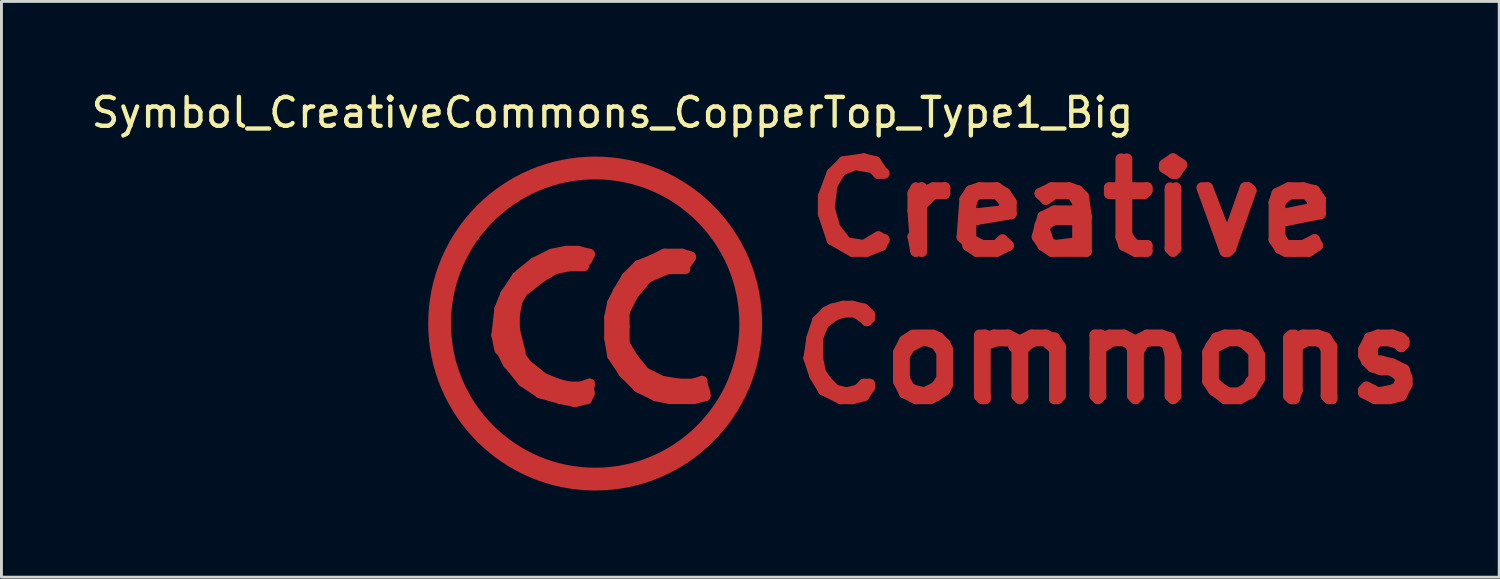
<source format=kicad_pcb>
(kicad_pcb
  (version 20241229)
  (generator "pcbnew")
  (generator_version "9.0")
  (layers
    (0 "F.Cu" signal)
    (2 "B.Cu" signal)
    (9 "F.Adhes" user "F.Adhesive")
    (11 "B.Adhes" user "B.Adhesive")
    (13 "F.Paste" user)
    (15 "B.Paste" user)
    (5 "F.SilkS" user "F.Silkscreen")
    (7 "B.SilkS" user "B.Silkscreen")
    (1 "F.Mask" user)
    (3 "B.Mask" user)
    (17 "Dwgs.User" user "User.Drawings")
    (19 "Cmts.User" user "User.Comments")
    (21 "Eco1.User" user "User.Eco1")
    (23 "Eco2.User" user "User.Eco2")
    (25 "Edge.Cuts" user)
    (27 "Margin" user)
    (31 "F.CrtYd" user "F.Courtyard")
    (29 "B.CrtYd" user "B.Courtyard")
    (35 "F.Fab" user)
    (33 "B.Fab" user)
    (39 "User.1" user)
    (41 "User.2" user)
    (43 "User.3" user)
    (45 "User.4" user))
  (footprint "Symbol_CreativeCommons_CopperTop_Type1_Big"
    (layer "F.Cu")
    (at 17.549 8.148)
    (property "Reference" "Symbol_CreativeCommons_CopperTop_Type1_Big" (at 0.599 -7.3 0) (layer "F.SilkS") (effects (font (size 1 1) (thickness 0.15))))
    (attr through_hole)
    (fp_line (start -5.4 0.099) (end -5.199 1.3) (stroke (width 0.381) (type solid)) (layer "F.Cu"))
    (fp_line (start -5.301 -1.1) (end -5.4 0.099) (stroke (width 0.381) (type solid)) (layer "F.Cu"))
    (fp_line (start -5.199 1.3) (end -4.801 2.4) (stroke (width 0.381) (type solid)) (layer "F.Cu"))
    (fp_line (start -5.001 -2.101) (end -5.301 -1.1) (stroke (width 0.381) (type solid)) (layer "F.Cu"))
    (fp_line (start -4.801 2.4) (end -3.8 3.899) (stroke (width 0.381) (type solid)) (layer "F.Cu"))
    (fp_line (start -4.501 -3) (end -5.001 -2.101) (stroke (width 0.381) (type solid)) (layer "F.Cu"))
    (fp_line (start -4 -3.599) (end -4.501 -3) (stroke (width 0.381) (type solid)) (layer "F.Cu"))
    (fp_line (start -3.8 3.899) (end -2.601 4.801) (stroke (width 0.381) (type solid)) (layer "F.Cu"))
    (fp_line (start -3.401 0.399) (end -3.299 0.899) (stroke (width 0.381) (type solid)) (layer "F.Cu"))
    (fp_line (start -3.299 -4.201) (end -4 -3.599) (stroke (width 0.381) (type solid)) (layer "F.Cu"))
    (fp_line (start -3.299 -0.5) (end -3.401 0.399) (stroke (width 0.381) (type solid)) (layer "F.Cu"))
    (fp_line (start -3.299 -0.3) (end -3.299 0.401) (stroke (width 0.381) (type solid)) (layer "F.Cu"))
    (fp_line (start -3.299 0.401) (end -3.2 1.001) (stroke (width 0.381) (type solid)) (layer "F.Cu"))
    (fp_line (start -3.299 0.8) (end -3 1.4) (stroke (width 0.381) (type solid)) (layer "F.Cu"))
    (fp_line (start -3.099 -1.001) (end -3.299 -0.5) (stroke (width 0.381) (type solid)) (layer "F.Cu"))
    (fp_line (start -3.099 -0.899) (end -3.299 -0.3) (stroke (width 0.381) (type solid)) (layer "F.Cu"))
    (fp_line (start -3.099 0) (end -3 -0.599) (stroke (width 0.381) (type solid)) (layer "F.Cu"))
    (fp_line (start -3 -0.8) (end -2.7 -1.3) (stroke (width 0.381) (type solid)) (layer "F.Cu"))
    (fp_line (start -3 0.701) (end -3.099 0) (stroke (width 0.381) (type solid)) (layer "F.Cu"))
    (fp_line (start -2.997 1.199) (end -2.598 1.199) (stroke (width 0.381) (type solid)) (layer "F.Cu"))
    (fp_line (start -2.898 1.499) (end -2.497 1.999) (stroke (width 0.381) (type solid)) (layer "F.Cu"))
    (fp_line (start -2.799 -0.3) (end -2.799 0.201) (stroke (width 0.381) (type solid)) (layer "F.Cu"))
    (fp_line (start -2.799 0.201) (end -2.598 1.001) (stroke (width 0.381) (type solid)) (layer "F.Cu"))
    (fp_line (start -2.799 1.4) (end -3 0.701) (stroke (width 0.381) (type solid)) (layer "F.Cu"))
    (fp_line (start -2.7 -4.699) (end -3.299 -4.201) (stroke (width 0.381) (type solid)) (layer "F.Cu"))
    (fp_line (start -2.7 -1.6) (end -3.099 -1.001) (stroke (width 0.381) (type solid)) (layer "F.Cu"))
    (fp_line (start -2.7 -1.1) (end -2.2 -1.6) (stroke (width 0.381) (type solid)) (layer "F.Cu"))
    (fp_line (start -2.7 -0.8) (end -2.799 -0.3) (stroke (width 0.381) (type solid)) (layer "F.Cu"))
    (fp_line (start -2.697 1.001) (end -2.398 1.4) (stroke (width 0.381) (type solid)) (layer "F.Cu"))
    (fp_line (start -2.601 4.801) (end -1.3 5.301) (stroke (width 0.381) (type solid)) (layer "F.Cu"))
    (fp_line (start -2.598 -1.6) (end -3.099 -0.899) (stroke (width 0.381) (type solid)) (layer "F.Cu"))
    (fp_line (start -2.499 -1.699) (end -2.7 -1.6) (stroke (width 0.381) (type solid)) (layer "F.Cu"))
    (fp_line (start -2.497 1.999) (end -1.897 2.4) (stroke (width 0.381) (type solid)) (layer "F.Cu"))
    (fp_line (start -2.4 -1.3) (end -2.7 -0.8) (stroke (width 0.381) (type solid)) (layer "F.Cu"))
    (fp_line (start -2.296 1.499) (end -1.796 1.9) (stroke (width 0.381) (type solid)) (layer "F.Cu"))
    (fp_line (start -2.296 1.798) (end -2.797 1.298) (stroke (width 0.381) (type solid)) (layer "F.Cu"))
    (fp_line (start -2.2 -1.699) (end -1.699 -1.999) (stroke (width 0.381) (type solid)) (layer "F.Cu"))
    (fp_line (start -2.101 -2.098) (end -2.598 -1.699) (stroke (width 0.381) (type solid)) (layer "F.Cu"))
    (fp_line (start -1.999 -4.9) (end -2.7 -4.699) (stroke (width 0.381) (type solid)) (layer "F.Cu"))
    (fp_line (start -1.9 -1.598) (end -2.4 -1.199) (stroke (width 0.381) (type solid)) (layer "F.Cu"))
    (fp_line (start -1.897 2.4) (end -1.196 2.598) (stroke (width 0.381) (type solid)) (layer "F.Cu"))
    (fp_line (start -1.796 1.9) (end -1.298 2.098) (stroke (width 0.381) (type solid)) (layer "F.Cu"))
    (fp_line (start -1.699 -1.999) (end -1.199 -2.2) (stroke (width 0.381) (type solid)) (layer "F.Cu"))
    (fp_line (start -1.598 2.299) (end -2.296 1.798) (stroke (width 0.381) (type solid)) (layer "F.Cu"))
    (fp_line (start -1.499 -2.398) (end -2.101 -2.098) (stroke (width 0.381) (type solid)) (layer "F.Cu"))
    (fp_line (start -1.4 -1.897) (end -1.9 -1.598) (stroke (width 0.381) (type solid)) (layer "F.Cu"))
    (fp_line (start -1.3 -5.1) (end -1.999 -4.9) (stroke (width 0.381) (type solid)) (layer "F.Cu"))
    (fp_line (start -1.3 5.301) (end 0.099 5.301) (stroke (width 0.381) (type solid)) (layer "F.Cu"))
    (fp_line (start -1.298 2.098) (end -0.897 2.2) (stroke (width 0.381) (type solid)) (layer "F.Cu"))
    (fp_line (start -1.199 -2.2) (end -0.699 -2.2) (stroke (width 0.381) (type solid)) (layer "F.Cu"))
    (fp_line (start -1.196 2.598) (end -0.696 2.7) (stroke (width 0.381) (type solid)) (layer "F.Cu"))
    (fp_line (start -1.001 -2.499) (end -1.499 -2.398) (stroke (width 0.381) (type solid)) (layer "F.Cu"))
    (fp_line (start -0.899 -1.999) (end -1.4 -1.897) (stroke (width 0.381) (type solid)) (layer "F.Cu"))
    (fp_line (start -0.897 2.2) (end -0.498 2.2) (stroke (width 0.381) (type solid)) (layer "F.Cu"))
    (fp_line (start -0.897 2.499) (end -1.598 2.299) (stroke (width 0.381) (type solid)) (layer "F.Cu"))
    (fp_line (start -0.701 2.7) (end -0.3 2.601) (stroke (width 0.381) (type solid)) (layer "F.Cu"))
    (fp_line (start -0.699 -2.2) (end -0.3 -2.2) (stroke (width 0.381) (type solid)) (layer "F.Cu"))
    (fp_line (start -0.599 -2.499) (end -1.001 -2.499) (stroke (width 0.381) (type solid)) (layer "F.Cu"))
    (fp_line (start -0.5 -5.4) (end -1.3 -5.1) (stroke (width 0.381) (type solid)) (layer "F.Cu"))
    (fp_line (start -0.498 2.2) (end -0.198 2.098) (stroke (width 0.381) (type solid)) (layer "F.Cu"))
    (fp_line (start -0.399 -1.999) (end -0.899 -1.999) (stroke (width 0.381) (type solid)) (layer "F.Cu"))
    (fp_line (start -0.3 -2.2) (end -0.201 -2.398) (stroke (width 0.381) (type solid)) (layer "F.Cu"))
    (fp_line (start -0.3 2.601) (end -0.201 2.101) (stroke (width 0.381) (type solid)) (layer "F.Cu"))
    (fp_line (start -0.297 2.4) (end -0.897 2.499) (stroke (width 0.381) (type solid)) (layer "F.Cu"))
    (fp_line (start -0.201 -2.398) (end -0.599 -2.499) (stroke (width 0.381) (type solid)) (layer "F.Cu"))
    (fp_line (start -0.198 2.098) (end -0.297 2.4) (stroke (width 0.381) (type solid)) (layer "F.Cu"))
    (fp_line (start -0.198 2.4) (end -0.297 2.598) (stroke (width 0.381) (type solid)) (layer "F.Cu"))
    (fp_line (start 0 -5.4) (end -0.5 -5.4) (stroke (width 0.381) (type solid)) (layer "F.Cu"))
    (fp_line (start 0.099 5.301) (end 1.6 5.199) (stroke (width 0.381) (type solid)) (layer "F.Cu"))
    (fp_line (start 0.503 -0.201) (end 0.503 0.498) (stroke (width 0.381) (type solid)) (layer "F.Cu"))
    (fp_line (start 0.503 0.498) (end 0.602 1.1) (stroke (width 0.381) (type solid)) (layer "F.Cu"))
    (fp_line (start 0.602 -0.701) (end 0.503 -0.201) (stroke (width 0.381) (type solid)) (layer "F.Cu"))
    (fp_line (start 0.602 1.1) (end 1.001 1.699) (stroke (width 0.381) (type solid)) (layer "F.Cu"))
    (fp_line (start 0.701 -0.3) (end 1.001 -1.001) (stroke (width 0.381) (type solid)) (layer "F.Cu"))
    (fp_line (start 0.803 -1.1) (end 0.602 -0.701) (stroke (width 0.381) (type solid)) (layer "F.Cu"))
    (fp_line (start 0.803 0.699) (end 0.701 -0.3) (stroke (width 0.381) (type solid)) (layer "F.Cu"))
    (fp_line (start 1.001 -1.001) (end 1.603 -1.702) (stroke (width 0.381) (type solid)) (layer "F.Cu"))
    (fp_line (start 1.001 -0.401) (end 1.001 0.099) (stroke (width 0.381) (type solid)) (layer "F.Cu"))
    (fp_line (start 1.001 0.099) (end 1.001 0.699) (stroke (width 0.381) (type solid)) (layer "F.Cu"))
    (fp_line (start 1.001 0.699) (end 1.3 1.199) (stroke (width 0.381) (type solid)) (layer "F.Cu"))
    (fp_line (start 1.001 1.699) (end 1.501 2.2) (stroke (width 0.381) (type solid)) (layer "F.Cu"))
    (fp_line (start 1.102 -1.6) (end 0.803 -1.1) (stroke (width 0.381) (type solid)) (layer "F.Cu"))
    (fp_line (start 1.201 1.6) (end 0.803 0.699) (stroke (width 0.381) (type solid)) (layer "F.Cu"))
    (fp_line (start 1.3 -1.001) (end 1.001 -0.401) (stroke (width 0.381) (type solid)) (layer "F.Cu"))
    (fp_line (start 1.3 1.199) (end 1.702 1.699) (stroke (width 0.381) (type solid)) (layer "F.Cu"))
    (fp_line (start 1.4 -5.199) (end 0 -5.301) (stroke (width 0.381) (type solid)) (layer "F.Cu"))
    (fp_line (start 1.501 -2.002) (end 1.102 -1.6) (stroke (width 0.381) (type solid)) (layer "F.Cu"))
    (fp_line (start 1.501 2.2) (end 2.101 2.499) (stroke (width 0.381) (type solid)) (layer "F.Cu"))
    (fp_line (start 1.6 5.199) (end 2.601 4.699) (stroke (width 0.381) (type solid)) (layer "F.Cu"))
    (fp_line (start 1.603 -1.702) (end 2.301 -2.101) (stroke (width 0.381) (type solid)) (layer "F.Cu"))
    (fp_line (start 1.702 1.699) (end 2.301 1.999) (stroke (width 0.381) (type solid)) (layer "F.Cu"))
    (fp_line (start 1.801 -1.6) (end 1.3 -1.001) (stroke (width 0.381) (type solid)) (layer "F.Cu"))
    (fp_line (start 1.801 2.098) (end 1.201 1.6) (stroke (width 0.381) (type solid)) (layer "F.Cu"))
    (fp_line (start 2.002 -2.202) (end 1.501 -2.002) (stroke (width 0.381) (type solid)) (layer "F.Cu"))
    (fp_line (start 2.101 2.499) (end 2.601 2.598) (stroke (width 0.381) (type solid)) (layer "F.Cu"))
    (fp_line (start 2.301 -2.101) (end 3.002 -2.101) (stroke (width 0.381) (type solid)) (layer "F.Cu"))
    (fp_line (start 2.301 1.999) (end 2.901 2.098) (stroke (width 0.381) (type solid)) (layer "F.Cu"))
    (fp_line (start 2.4 -4.801) (end 1.4 -5.199) (stroke (width 0.381) (type solid)) (layer "F.Cu"))
    (fp_line (start 2.403 -2.4) (end 2.002 -2.202) (stroke (width 0.381) (type solid)) (layer "F.Cu"))
    (fp_line (start 2.502 -1.9) (end 1.801 -1.6) (stroke (width 0.381) (type solid)) (layer "F.Cu"))
    (fp_line (start 2.601 2.598) (end 3.002 2.598) (stroke (width 0.381) (type solid)) (layer "F.Cu"))
    (fp_line (start 2.601 4.699) (end 4.201 3.401) (stroke (width 0.381) (type solid)) (layer "F.Cu"))
    (fp_line (start 2.802 2.4) (end 1.801 2.098) (stroke (width 0.381) (type solid)) (layer "F.Cu"))
    (fp_line (start 2.901 2.098) (end 3.401 2.098) (stroke (width 0.381) (type solid)) (layer "F.Cu"))
    (fp_line (start 3 -2.4) (end 3.299 -2.301) (stroke (width 0.381) (type solid)) (layer "F.Cu"))
    (fp_line (start 3.002 -2.4) (end 2.403 -2.4) (stroke (width 0.381) (type solid)) (layer "F.Cu"))
    (fp_line (start 3.002 -2.101) (end 3.101 -1.9) (stroke (width 0.381) (type solid)) (layer "F.Cu"))
    (fp_line (start 3.002 2.598) (end 3.401 2.598) (stroke (width 0.381) (type solid)) (layer "F.Cu"))
    (fp_line (start 3.101 -1.9) (end 2.502 -1.9) (stroke (width 0.381) (type solid)) (layer "F.Cu"))
    (fp_line (start 3.299 -2.301) (end 3.099 -1.999) (stroke (width 0.381) (type solid)) (layer "F.Cu"))
    (fp_line (start 3.401 -4.1) (end 2.4 -4.801) (stroke (width 0.381) (type solid)) (layer "F.Cu"))
    (fp_line (start 3.401 2.098) (end 3.701 1.999) (stroke (width 0.381) (type solid)) (layer "F.Cu"))
    (fp_line (start 3.401 2.598) (end 3.802 2.499) (stroke (width 0.381) (type solid)) (layer "F.Cu"))
    (fp_line (start 3.701 2.101) (end 3.8 2.4) (stroke (width 0.381) (type solid)) (layer "F.Cu"))
    (fp_line (start 3.701 2.299) (end 2.802 2.4) (stroke (width 0.381) (type solid)) (layer "F.Cu"))
    (fp_line (start 3.802 2.499) (end 3.701 2.299) (stroke (width 0.381) (type solid)) (layer "F.Cu"))
    (fp_line (start 4.201 3.401) (end 5.001 1.801) (stroke (width 0.381) (type solid)) (layer "F.Cu"))
    (fp_line (start 4.699 -2.499) (end 3.401 -4.1) (stroke (width 0.381) (type solid)) (layer "F.Cu"))
    (fp_line (start 5.001 1.801) (end 5.4 0.3) (stroke (width 0.381) (type solid)) (layer "F.Cu"))
    (fp_line (start 5.199 -1.4) (end 4.699 -2.499) (stroke (width 0.381) (type solid)) (layer "F.Cu"))
    (fp_line (start 5.4 0.3) (end 5.199 -1.4) (stroke (width 0.381) (type solid)) (layer "F.Cu"))
    (fp_line (start 7.399 1.199) (end 7.6 1.801) (stroke (width 0.381) (type solid)) (layer "F.Cu"))
    (fp_line (start 7.501 0.5) (end 7.399 1.199) (stroke (width 0.381) (type solid)) (layer "F.Cu"))
    (fp_line (start 7.6 1.801) (end 7.899 2.301) (stroke (width 0.381) (type solid)) (layer "F.Cu"))
    (fp_line (start 7.699 -0.099) (end 7.501 0.5) (stroke (width 0.381) (type solid)) (layer "F.Cu"))
    (fp_line (start 7.699 0.5) (end 7.899 0) (stroke (width 0.381) (type solid)) (layer "F.Cu"))
    (fp_line (start 7.699 1.199) (end 7.699 0.5) (stroke (width 0.381) (type solid)) (layer "F.Cu"))
    (fp_line (start 7.8 1.699) (end 7.699 1.199) (stroke (width 0.381) (type solid)) (layer "F.Cu"))
    (fp_line (start 7.899 -4.399) (end 7.899 -3.8) (stroke (width 0.381) (type solid)) (layer "F.Cu"))
    (fp_line (start 7.899 -3.8) (end 8.199 -2.901) (stroke (width 0.381) (type solid)) (layer "F.Cu"))
    (fp_line (start 7.899 0) (end 8.301 -0.3) (stroke (width 0.381) (type solid)) (layer "F.Cu"))
    (fp_line (start 7.899 2.301) (end 8.499 2.601) (stroke (width 0.381) (type solid)) (layer "F.Cu"))
    (fp_line (start 8.001 -0.399) (end 7.699 -0.099) (stroke (width 0.381) (type solid)) (layer "F.Cu"))
    (fp_line (start 8.001 1.999) (end 7.8 1.699) (stroke (width 0.381) (type solid)) (layer "F.Cu"))
    (fp_line (start 8.1 -4) (end 8.199 -4.801) (stroke (width 0.381) (type solid)) (layer "F.Cu"))
    (fp_line (start 8.199 -5.199) (end 7.899 -4.399) (stroke (width 0.381) (type solid)) (layer "F.Cu"))
    (fp_line (start 8.199 -4.801) (end 8.499 -5.301) (stroke (width 0.381) (type solid)) (layer "F.Cu"))
    (fp_line (start 8.199 -2.901) (end 8.9 -2.499) (stroke (width 0.381) (type solid)) (layer "F.Cu"))
    (fp_line (start 8.199 -0.5) (end 8.001 -0.399) (stroke (width 0.381) (type solid)) (layer "F.Cu"))
    (fp_line (start 8.301 -3.299) (end 8.1 -4) (stroke (width 0.381) (type solid)) (layer "F.Cu"))
    (fp_line (start 8.301 -0.3) (end 8.6 -0.399) (stroke (width 0.381) (type solid)) (layer "F.Cu"))
    (fp_line (start 8.301 2.301) (end 8.001 1.999) (stroke (width 0.381) (type solid)) (layer "F.Cu"))
    (fp_line (start 8.499 -5.301) (end 8.999 -5.499) (stroke (width 0.381) (type solid)) (layer "F.Cu"))
    (fp_line (start 8.499 2.601) (end 8.9 2.601) (stroke (width 0.381) (type solid)) (layer "F.Cu"))
    (fp_line (start 8.6 -5.601) (end 8.199 -5.199) (stroke (width 0.381) (type solid)) (layer "F.Cu"))
    (fp_line (start 8.6 -0.599) (end 8.199 -0.5) (stroke (width 0.381) (type solid)) (layer "F.Cu"))
    (fp_line (start 8.6 -0.399) (end 8.999 -0.399) (stroke (width 0.381) (type solid)) (layer "F.Cu"))
    (fp_line (start 8.7 -2.799) (end 8.301 -3.299) (stroke (width 0.381) (type solid)) (layer "F.Cu"))
    (fp_line (start 8.7 2.4) (end 8.301 2.301) (stroke (width 0.381) (type solid)) (layer "F.Cu"))
    (fp_line (start 8.9 -2.499) (end 9.401 -2.499) (stroke (width 0.381) (type solid)) (layer "F.Cu"))
    (fp_line (start 8.9 -0.599) (end 8.6 -0.599) (stroke (width 0.381) (type solid)) (layer "F.Cu"))
    (fp_line (start 8.9 2.601) (end 9.299 2.499) (stroke (width 0.381) (type solid)) (layer "F.Cu"))
    (fp_line (start 8.999 -5.499) (end 9.601 -5.4) (stroke (width 0.381) (type solid)) (layer "F.Cu"))
    (fp_line (start 8.999 -0.399) (end 9.299 -0.201) (stroke (width 0.381) (type solid)) (layer "F.Cu"))
    (fp_line (start 9.101 2.301) (end 8.7 2.4) (stroke (width 0.381) (type solid)) (layer "F.Cu"))
    (fp_line (start 9.299 -5.7) (end 8.6 -5.601) (stroke (width 0.381) (type solid)) (layer "F.Cu"))
    (fp_line (start 9.299 -2.7) (end 8.7 -2.799) (stroke (width 0.381) (type solid)) (layer "F.Cu"))
    (fp_line (start 9.299 -0.5) (end 8.9 -0.599) (stroke (width 0.381) (type solid)) (layer "F.Cu"))
    (fp_line (start 9.299 -0.201) (end 9.401 -0.099) (stroke (width 0.381) (type solid)) (layer "F.Cu"))
    (fp_line (start 9.299 2.101) (end 9.101 2.301) (stroke (width 0.381) (type solid)) (layer "F.Cu"))
    (fp_line (start 9.299 2.499) (end 9.5 2.2) (stroke (width 0.381) (type solid)) (layer "F.Cu"))
    (fp_line (start 9.401 -2.499) (end 9.901 -2.7) (stroke (width 0.381) (type solid)) (layer "F.Cu"))
    (fp_line (start 9.401 -0.099) (end 9.5 -0.201) (stroke (width 0.381) (type solid)) (layer "F.Cu"))
    (fp_line (start 9.5 -0.3) (end 9.299 -0.5) (stroke (width 0.381) (type solid)) (layer "F.Cu"))
    (fp_line (start 9.5 -0.201) (end 9.5 -0.3) (stroke (width 0.381) (type solid)) (layer "F.Cu"))
    (fp_line (start 9.5 2.101) (end 9.299 2.101) (stroke (width 0.381) (type solid)) (layer "F.Cu"))
    (fp_line (start 9.5 2.2) (end 9.5 2.101) (stroke (width 0.381) (type solid)) (layer "F.Cu"))
    (fp_line (start 9.601 -5.4) (end 9.799 -5.199) (stroke (width 0.381) (type solid)) (layer "F.Cu"))
    (fp_line (start 9.7 -5.601) (end 9.299 -5.7) (stroke (width 0.381) (type solid)) (layer "F.Cu"))
    (fp_line (start 9.799 -5.199) (end 10 -5.199) (stroke (width 0.381) (type solid)) (layer "F.Cu"))
    (fp_line (start 9.799 -3) (end 9.299 -2.7) (stroke (width 0.381) (type solid)) (layer "F.Cu"))
    (fp_line (start 9.901 -5.301) (end 9.7 -5.601) (stroke (width 0.381) (type solid)) (layer "F.Cu"))
    (fp_line (start 9.901 -2.7) (end 10 -2.901) (stroke (width 0.381) (type solid)) (layer "F.Cu"))
    (fp_line (start 10 -2.901) (end 9.799 -3) (stroke (width 0.381) (type solid)) (layer "F.Cu"))
    (fp_line (start 10.5 1.001) (end 10.701 0.599) (stroke (width 0.381) (type solid)) (layer "F.Cu"))
    (fp_line (start 10.5 1.999) (end 10.5 1.001) (stroke (width 0.381) (type solid)) (layer "F.Cu"))
    (fp_line (start 10.701 0.599) (end 11.001 0.399) (stroke (width 0.381) (type solid)) (layer "F.Cu"))
    (fp_line (start 10.701 1.1) (end 10.899 0.8) (stroke (width 0.381) (type solid)) (layer "F.Cu"))
    (fp_line (start 10.701 1.9) (end 10.701 1.1) (stroke (width 0.381) (type solid)) (layer "F.Cu"))
    (fp_line (start 10.701 2.101) (end 10.8 2.101) (stroke (width 0.381) (type solid)) (layer "F.Cu"))
    (fp_line (start 10.701 2.4) (end 10.5 1.999) (stroke (width 0.381) (type solid)) (layer "F.Cu"))
    (fp_line (start 10.8 2.101) (end 10.701 1.9) (stroke (width 0.381) (type solid)) (layer "F.Cu"))
    (fp_line (start 10.899 0.8) (end 11.3 0.599) (stroke (width 0.381) (type solid)) (layer "F.Cu"))
    (fp_line (start 11.001 -4.501) (end 11.001 -3.899) (stroke (width 0.381) (type solid)) (layer "F.Cu"))
    (fp_line (start 11.001 -3.899) (end 11.1 -2.499) (stroke (width 0.381) (type solid)) (layer "F.Cu"))
    (fp_line (start 11.001 -3) (end 11.3 -2.499) (stroke (width 0.381) (type solid)) (layer "F.Cu"))
    (fp_line (start 11.001 2.301) (end 10.701 2.101) (stroke (width 0.381) (type solid)) (layer "F.Cu"))
    (fp_line (start 11.1 -4.699) (end 11.001 -4.501) (stroke (width 0.381) (type solid)) (layer "F.Cu"))
    (fp_line (start 11.1 -2.499) (end 11.001 -3) (stroke (width 0.381) (type solid)) (layer "F.Cu"))
    (fp_line (start 11.1 0.399) (end 11.6 0.399) (stroke (width 0.381) (type solid)) (layer "F.Cu"))
    (fp_line (start 11.1 2.601) (end 10.701 2.4) (stroke (width 0.381) (type solid)) (layer "F.Cu"))
    (fp_line (start 11.199 0.5) (end 11.501 0.599) (stroke (width 0.381) (type solid)) (layer "F.Cu"))
    (fp_line (start 11.3 -4.699) (end 11.3 -4.501) (stroke (width 0.381) (type solid)) (layer "F.Cu"))
    (fp_line (start 11.3 -4.501) (end 11.699 -4.699) (stroke (width 0.381) (type solid)) (layer "F.Cu"))
    (fp_line (start 11.3 -2.499) (end 11.3 -4.699) (stroke (width 0.381) (type solid)) (layer "F.Cu"))
    (fp_line (start 11.4 2.4) (end 11.001 2.301) (stroke (width 0.381) (type solid)) (layer "F.Cu"))
    (fp_line (start 11.501 -4.3) (end 11.3 -4.1) (stroke (width 0.381) (type solid)) (layer "F.Cu"))
    (fp_line (start 11.501 0.599) (end 11.801 0.701) (stroke (width 0.381) (type solid)) (layer "F.Cu"))
    (fp_line (start 11.6 2.601) (end 11.1 2.601) (stroke (width 0.381) (type solid)) (layer "F.Cu"))
    (fp_line (start 11.699 -4.699) (end 12.101 -4.699) (stroke (width 0.381) (type solid)) (layer "F.Cu"))
    (fp_line (start 11.699 -4.501) (end 11.501 -4.3) (stroke (width 0.381) (type solid)) (layer "F.Cu"))
    (fp_line (start 11.699 0.399) (end 11.9 0.5) (stroke (width 0.381) (type solid)) (layer "F.Cu"))
    (fp_line (start 11.801 0.701) (end 11.999 1.001) (stroke (width 0.381) (type solid)) (layer "F.Cu"))
    (fp_line (start 11.801 2.2) (end 11.4 2.4) (stroke (width 0.381) (type solid)) (layer "F.Cu"))
    (fp_line (start 11.801 2.499) (end 11.6 2.601) (stroke (width 0.381) (type solid)) (layer "F.Cu"))
    (fp_line (start 11.9 0.5) (end 12.101 0.701) (stroke (width 0.381) (type solid)) (layer "F.Cu"))
    (fp_line (start 11.999 1.001) (end 11.999 1.9) (stroke (width 0.381) (type solid)) (layer "F.Cu"))
    (fp_line (start 11.999 1.9) (end 11.801 2.2) (stroke (width 0.381) (type solid)) (layer "F.Cu"))
    (fp_line (start 12.101 -4.699) (end 12.101 -4.501) (stroke (width 0.381) (type solid)) (layer "F.Cu"))
    (fp_line (start 12.101 -4.501) (end 11.699 -4.501) (stroke (width 0.381) (type solid)) (layer "F.Cu"))
    (fp_line (start 12.101 0.701) (end 12.2 0.899) (stroke (width 0.381) (type solid)) (layer "F.Cu"))
    (fp_line (start 12.101 2.301) (end 11.801 2.499) (stroke (width 0.381) (type solid)) (layer "F.Cu"))
    (fp_line (start 12.2 0.899) (end 12.2 2.101) (stroke (width 0.381) (type solid)) (layer "F.Cu"))
    (fp_line (start 12.2 2.101) (end 12.101 2.301) (stroke (width 0.381) (type solid)) (layer "F.Cu"))
    (fp_line (start 12.7 -3) (end 13 -2.7) (stroke (width 0.381) (type solid)) (layer "F.Cu"))
    (fp_line (start 12.799 -4.3) (end 12.7 -3) (stroke (width 0.381) (type solid)) (layer "F.Cu"))
    (fp_line (start 12.901 -2.7) (end 13.2 -2.499) (stroke (width 0.381) (type solid)) (layer "F.Cu"))
    (fp_line (start 13 -4.6) (end 12.799 -4.3) (stroke (width 0.381) (type solid)) (layer "F.Cu"))
    (fp_line (start 13 -4.1) (end 13.099 -4.399) (stroke (width 0.381) (type solid)) (layer "F.Cu"))
    (fp_line (start 13 -3.401) (end 13 -4.1) (stroke (width 0.381) (type solid)) (layer "F.Cu"))
    (fp_line (start 13 -2.901) (end 13 -3.401) (stroke (width 0.381) (type solid)) (layer "F.Cu"))
    (fp_line (start 13 -2.7) (end 12.901 -2.7) (stroke (width 0.381) (type solid)) (layer "F.Cu"))
    (fp_line (start 13.099 -4.399) (end 13.299 -4.501) (stroke (width 0.381) (type solid)) (layer "F.Cu"))
    (fp_line (start 13.2 -3.8) (end 13.2 -3.599) (stroke (width 0.381) (type solid)) (layer "F.Cu"))
    (fp_line (start 13.2 -3.599) (end 14.399 -3.8) (stroke (width 0.381) (type solid)) (layer "F.Cu"))
    (fp_line (start 13.2 -2.499) (end 13.899 -2.499) (stroke (width 0.381) (type solid)) (layer "F.Cu"))
    (fp_line (start 13.299 -4.699) (end 13 -4.6) (stroke (width 0.381) (type solid)) (layer "F.Cu"))
    (fp_line (start 13.299 -4.501) (end 13.599 -4.501) (stroke (width 0.381) (type solid)) (layer "F.Cu"))
    (fp_line (start 13.299 0.399) (end 13.299 2.499) (stroke (width 0.381) (type solid)) (layer "F.Cu"))
    (fp_line (start 13.299 2.499) (end 13.401 2.601) (stroke (width 0.381) (type solid)) (layer "F.Cu"))
    (fp_line (start 13.401 -2.7) (end 13 -2.901) (stroke (width 0.381) (type solid)) (layer "F.Cu"))
    (fp_line (start 13.401 2.601) (end 13.5 2.601) (stroke (width 0.381) (type solid)) (layer "F.Cu"))
    (fp_line (start 13.5 0.399) (end 13.401 0.399) (stroke (width 0.381) (type solid)) (layer "F.Cu"))
    (fp_line (start 13.5 0.5) (end 13.8 0.399) (stroke (width 0.381) (type solid)) (layer "F.Cu"))
    (fp_line (start 13.5 2.499) (end 13.5 0.399) (stroke (width 0.381) (type solid)) (layer "F.Cu"))
    (fp_line (start 13.5 2.601) (end 13.5 2.499) (stroke (width 0.381) (type solid)) (layer "F.Cu"))
    (fp_line (start 13.599 -4.501) (end 13.899 -4.501) (stroke (width 0.381) (type solid)) (layer "F.Cu"))
    (fp_line (start 13.8 0.399) (end 14.3 0.399) (stroke (width 0.381) (type solid)) (layer "F.Cu"))
    (fp_line (start 13.899 -4.699) (end 13.299 -4.699) (stroke (width 0.381) (type solid)) (layer "F.Cu"))
    (fp_line (start 13.899 -4.501) (end 14.1 -4.3) (stroke (width 0.381) (type solid)) (layer "F.Cu"))
    (fp_line (start 13.899 -2.7) (end 13.401 -2.7) (stroke (width 0.381) (type solid)) (layer "F.Cu"))
    (fp_line (start 13.899 -2.499) (end 14.3 -2.7) (stroke (width 0.381) (type solid)) (layer "F.Cu"))
    (fp_line (start 13.899 0.599) (end 13.599 0.701) (stroke (width 0.381) (type solid)) (layer "F.Cu"))
    (fp_line (start 14.1 -4.3) (end 14.201 -4.1) (stroke (width 0.381) (type solid)) (layer "F.Cu"))
    (fp_line (start 14.1 -3.899) (end 13.2 -3.8) (stroke (width 0.381) (type solid)) (layer "F.Cu"))
    (fp_line (start 14.1 -2.901) (end 13.899 -2.7) (stroke (width 0.381) (type solid)) (layer "F.Cu"))
    (fp_line (start 14.201 -4.501) (end 13.899 -4.699) (stroke (width 0.381) (type solid)) (layer "F.Cu"))
    (fp_line (start 14.201 -4.1) (end 14.1 -3.899) (stroke (width 0.381) (type solid)) (layer "F.Cu"))
    (fp_line (start 14.201 0.599) (end 13.899 0.599) (stroke (width 0.381) (type solid)) (layer "F.Cu"))
    (fp_line (start 14.3 -2.7) (end 14.201 -2.799) (stroke (width 0.381) (type solid)) (layer "F.Cu"))
    (fp_line (start 14.3 0.399) (end 14.699 0.599) (stroke (width 0.381) (type solid)) (layer "F.Cu"))
    (fp_line (start 14.399 -4.201) (end 14.201 -4.501) (stroke (width 0.381) (type solid)) (layer "F.Cu"))
    (fp_line (start 14.399 -3.8) (end 14.399 -4.201) (stroke (width 0.381) (type solid)) (layer "F.Cu"))
    (fp_line (start 14.399 0.599) (end 14.201 0.599) (stroke (width 0.381) (type solid)) (layer "F.Cu"))
    (fp_line (start 14.501 0.8) (end 14.399 0.599) (stroke (width 0.381) (type solid)) (layer "F.Cu"))
    (fp_line (start 14.6 0.8) (end 14.501 0.8) (stroke (width 0.381) (type solid)) (layer "F.Cu"))
    (fp_line (start 14.6 2.499) (end 14.6 0.8) (stroke (width 0.381) (type solid)) (layer "F.Cu"))
    (fp_line (start 14.699 0.599) (end 15.1 0.399) (stroke (width 0.381) (type solid)) (layer "F.Cu"))
    (fp_line (start 14.699 2.601) (end 14.6 2.499) (stroke (width 0.381) (type solid)) (layer "F.Cu"))
    (fp_line (start 14.801 0.899) (end 14.801 2.499) (stroke (width 0.381) (type solid)) (layer "F.Cu"))
    (fp_line (start 14.801 2.499) (end 14.699 2.601) (stroke (width 0.381) (type solid)) (layer "F.Cu"))
    (fp_line (start 15.001 0.701) (end 14.801 0.899) (stroke (width 0.381) (type solid)) (layer "F.Cu"))
    (fp_line (start 15.1 0.399) (end 15.601 0.399) (stroke (width 0.381) (type solid)) (layer "F.Cu"))
    (fp_line (start 15.199 0.599) (end 15.001 0.701) (stroke (width 0.381) (type solid)) (layer "F.Cu"))
    (fp_line (start 15.301 -3) (end 15.4 -3.401) (stroke (width 0.381) (type solid)) (layer "F.Cu"))
    (fp_line (start 15.4 -4.501) (end 15.799 -4.699) (stroke (width 0.381) (type solid)) (layer "F.Cu"))
    (fp_line (start 15.4 -3.401) (end 15.499 -3.701) (stroke (width 0.381) (type solid)) (layer "F.Cu"))
    (fp_line (start 15.499 -3.701) (end 15.9 -3.899) (stroke (width 0.381) (type solid)) (layer "F.Cu"))
    (fp_line (start 15.499 -3.299) (end 15.7 -3.5) (stroke (width 0.381) (type solid)) (layer "F.Cu"))
    (fp_line (start 15.499 -2.7) (end 15.301 -3) (stroke (width 0.381) (type solid)) (layer "F.Cu"))
    (fp_line (start 15.601 -4.3) (end 15.4 -4.501) (stroke (width 0.381) (type solid)) (layer "F.Cu"))
    (fp_line (start 15.601 -3.099) (end 15.499 -3.299) (stroke (width 0.381) (type solid)) (layer "F.Cu"))
    (fp_line (start 15.601 0.399) (end 15.799 0.5) (stroke (width 0.381) (type solid)) (layer "F.Cu"))
    (fp_line (start 15.601 0.599) (end 15.199 0.599) (stroke (width 0.381) (type solid)) (layer "F.Cu"))
    (fp_line (start 15.7 -3.5) (end 15.9 -3.599) (stroke (width 0.381) (type solid)) (layer "F.Cu"))
    (fp_line (start 15.7 -2.799) (end 15.601 -3.099) (stroke (width 0.381) (type solid)) (layer "F.Cu"))
    (fp_line (start 15.7 0.701) (end 15.601 0.599) (stroke (width 0.381) (type solid)) (layer "F.Cu"))
    (fp_line (start 15.799 -4.699) (end 16.401 -4.699) (stroke (width 0.381) (type solid)) (layer "F.Cu"))
    (fp_line (start 15.799 -2.499) (end 15.499 -2.7) (stroke (width 0.381) (type solid)) (layer "F.Cu"))
    (fp_line (start 15.799 0.5) (end 15.9 0.5) (stroke (width 0.381) (type solid)) (layer "F.Cu"))
    (fp_line (start 15.9 -4.501) (end 15.601 -4.3) (stroke (width 0.381) (type solid)) (layer "F.Cu"))
    (fp_line (start 15.9 -3.899) (end 16.701 -3.899) (stroke (width 0.381) (type solid)) (layer "F.Cu"))
    (fp_line (start 15.9 -3.599) (end 16.5 -3.599) (stroke (width 0.381) (type solid)) (layer "F.Cu"))
    (fp_line (start 15.9 -2.7) (end 15.7 -2.799) (stroke (width 0.381) (type solid)) (layer "F.Cu"))
    (fp_line (start 15.9 0.5) (end 16.101 0.8) (stroke (width 0.381) (type solid)) (layer "F.Cu"))
    (fp_line (start 15.9 0.899) (end 15.7 0.701) (stroke (width 0.381) (type solid)) (layer "F.Cu"))
    (fp_line (start 15.9 2.601) (end 15.9 0.899) (stroke (width 0.381) (type solid)) (layer "F.Cu"))
    (fp_line (start 15.999 2.601) (end 15.9 2.601) (stroke (width 0.381) (type solid)) (layer "F.Cu"))
    (fp_line (start 16.101 0.8) (end 16.101 2.499) (stroke (width 0.381) (type solid)) (layer "F.Cu"))
    (fp_line (start 16.101 2.499) (end 15.999 2.601) (stroke (width 0.381) (type solid)) (layer "F.Cu"))
    (fp_line (start 16.401 -4.699) (end 16.701 -4.6) (stroke (width 0.381) (type solid)) (layer "F.Cu"))
    (fp_line (start 16.5 -4.501) (end 15.9 -4.501) (stroke (width 0.381) (type solid)) (layer "F.Cu"))
    (fp_line (start 16.701 -4.6) (end 16.901 -4.399) (stroke (width 0.381) (type solid)) (layer "F.Cu"))
    (fp_line (start 16.701 -4.201) (end 16.5 -4.501) (stroke (width 0.381) (type solid)) (layer "F.Cu"))
    (fp_line (start 16.701 -3.899) (end 16.701 -4.201) (stroke (width 0.381) (type solid)) (layer "F.Cu"))
    (fp_line (start 16.701 -3.599) (end 16.701 -2.799) (stroke (width 0.381) (type solid)) (layer "F.Cu"))
    (fp_line (start 16.701 -2.799) (end 15.9 -2.7) (stroke (width 0.381) (type solid)) (layer "F.Cu"))
    (fp_line (start 16.901 -4.399) (end 17 -3.701) (stroke (width 0.381) (type solid)) (layer "F.Cu"))
    (fp_line (start 17 -3.701) (end 17 -2.499) (stroke (width 0.381) (type solid)) (layer "F.Cu"))
    (fp_line (start 17 -2.499) (end 15.799 -2.499) (stroke (width 0.381) (type solid)) (layer "F.Cu"))
    (fp_line (start 17.3 0.399) (end 17.3 1.199) (stroke (width 0.381) (type solid)) (layer "F.Cu"))
    (fp_line (start 17.3 1.199) (end 17.3 2.499) (stroke (width 0.381) (type solid)) (layer "F.Cu"))
    (fp_line (start 17.3 2.499) (end 17.399 2.601) (stroke (width 0.381) (type solid)) (layer "F.Cu"))
    (fp_line (start 17.399 2.601) (end 17.501 2.499) (stroke (width 0.381) (type solid)) (layer "F.Cu"))
    (fp_line (start 17.501 0.399) (end 17.3 0.399) (stroke (width 0.381) (type solid)) (layer "F.Cu"))
    (fp_line (start 17.501 2.499) (end 17.501 0.399) (stroke (width 0.381) (type solid)) (layer "F.Cu"))
    (fp_line (start 17.6 0.5) (end 17.8 0.399) (stroke (width 0.381) (type solid)) (layer "F.Cu"))
    (fp_line (start 17.8 -4.699) (end 17.8 -4.501) (stroke (width 0.381) (type solid)) (layer "F.Cu"))
    (fp_line (start 17.8 -4.501) (end 18.999 -4.501) (stroke (width 0.381) (type solid)) (layer "F.Cu"))
    (fp_line (start 17.8 0.399) (end 18.301 0.399) (stroke (width 0.381) (type solid)) (layer "F.Cu"))
    (fp_line (start 17.899 0.599) (end 17.6 0.8) (stroke (width 0.381) (type solid)) (layer "F.Cu"))
    (fp_line (start 18.199 -5.7) (end 18.199 -4.9) (stroke (width 0.381) (type solid)) (layer "F.Cu"))
    (fp_line (start 18.199 -4.9) (end 18.199 -3) (stroke (width 0.381) (type solid)) (layer "F.Cu"))
    (fp_line (start 18.199 -4.699) (end 17.8 -4.699) (stroke (width 0.381) (type solid)) (layer "F.Cu"))
    (fp_line (start 18.199 -3) (end 18.301 -2.7) (stroke (width 0.381) (type solid)) (layer "F.Cu"))
    (fp_line (start 18.301 -2.7) (end 18.699 -2.499) (stroke (width 0.381) (type solid)) (layer "F.Cu"))
    (fp_line (start 18.301 0.399) (end 18.699 0.599) (stroke (width 0.381) (type solid)) (layer "F.Cu"))
    (fp_line (start 18.301 0.599) (end 17.899 0.599) (stroke (width 0.381) (type solid)) (layer "F.Cu"))
    (fp_line (start 18.4 -3.099) (end 18.4 -5.7) (stroke (width 0.381) (type solid)) (layer "F.Cu"))
    (fp_line (start 18.499 -2.901) (end 18.4 -3.099) (stroke (width 0.381) (type solid)) (layer "F.Cu"))
    (fp_line (start 18.499 0.701) (end 18.301 0.599) (stroke (width 0.381) (type solid)) (layer "F.Cu"))
    (fp_line (start 18.6 0.899) (end 18.499 0.701) (stroke (width 0.381) (type solid)) (layer "F.Cu"))
    (fp_line (start 18.6 2.499) (end 18.6 0.899) (stroke (width 0.381) (type solid)) (layer "F.Cu"))
    (fp_line (start 18.699 -2.7) (end 18.499 -2.901) (stroke (width 0.381) (type solid)) (layer "F.Cu"))
    (fp_line (start 18.699 -2.499) (end 19.101 -2.499) (stroke (width 0.381) (type solid)) (layer "F.Cu"))
    (fp_line (start 18.699 0.599) (end 19.101 0.399) (stroke (width 0.381) (type solid)) (layer "F.Cu"))
    (fp_line (start 18.699 2.601) (end 18.6 2.499) (stroke (width 0.381) (type solid)) (layer "F.Cu"))
    (fp_line (start 18.801 0.701) (end 18.9 0.8) (stroke (width 0.381) (type solid)) (layer "F.Cu"))
    (fp_line (start 18.801 1.001) (end 18.801 2.499) (stroke (width 0.381) (type solid)) (layer "F.Cu"))
    (fp_line (start 18.801 2.499) (end 18.699 2.601) (stroke (width 0.381) (type solid)) (layer "F.Cu"))
    (fp_line (start 18.9 0.8) (end 18.801 1.001) (stroke (width 0.381) (type solid)) (layer "F.Cu"))
    (fp_line (start 18.999 -4.501) (end 19.101 -4.6) (stroke (width 0.381) (type solid)) (layer "F.Cu"))
    (fp_line (start 19.101 -4.699) (end 18.499 -4.699) (stroke (width 0.381) (type solid)) (layer "F.Cu"))
    (fp_line (start 19.101 -4.6) (end 19.101 -4.699) (stroke (width 0.381) (type solid)) (layer "F.Cu"))
    (fp_line (start 19.101 -2.7) (end 18.699 -2.7) (stroke (width 0.381) (type solid)) (layer "F.Cu"))
    (fp_line (start 19.101 -2.499) (end 19.101 -2.7) (stroke (width 0.381) (type solid)) (layer "F.Cu"))
    (fp_line (start 19.101 0.399) (end 19.601 0.399) (stroke (width 0.381) (type solid)) (layer "F.Cu"))
    (fp_line (start 19.2 0.599) (end 18.801 0.701) (stroke (width 0.381) (type solid)) (layer "F.Cu"))
    (fp_line (start 19.601 0.399) (end 19.901 0.5) (stroke (width 0.381) (type solid)) (layer "F.Cu"))
    (fp_line (start 19.601 0.599) (end 19.2 0.599) (stroke (width 0.381) (type solid)) (layer "F.Cu"))
    (fp_line (start 19.7 -5.499) (end 20 -5.7) (stroke (width 0.381) (type solid)) (layer "F.Cu"))
    (fp_line (start 19.7 -5.4) (end 19.901 -5.4) (stroke (width 0.381) (type solid)) (layer "F.Cu"))
    (fp_line (start 19.799 0.701) (end 19.601 0.599) (stroke (width 0.381) (type solid)) (layer "F.Cu"))
    (fp_line (start 19.901 -4.699) (end 19.901 -4.6) (stroke (width 0.381) (type solid)) (layer "F.Cu"))
    (fp_line (start 19.901 -4.6) (end 19.901 -2.601) (stroke (width 0.381) (type solid)) (layer "F.Cu"))
    (fp_line (start 19.901 -2.601) (end 20 -2.499) (stroke (width 0.381) (type solid)) (layer "F.Cu"))
    (fp_line (start 19.901 0.5) (end 20.099 1.001) (stroke (width 0.381) (type solid)) (layer "F.Cu"))
    (fp_line (start 19.901 1.1) (end 19.799 0.701) (stroke (width 0.381) (type solid)) (layer "F.Cu"))
    (fp_line (start 19.901 2.499) (end 19.901 1.1) (stroke (width 0.381) (type solid)) (layer "F.Cu"))
    (fp_line (start 20 -5.7) (end 20.3 -5.499) (stroke (width 0.381) (type solid)) (layer "F.Cu"))
    (fp_line (start 20 -5.199) (end 19.7 -5.4) (stroke (width 0.381) (type solid)) (layer "F.Cu"))
    (fp_line (start 20 -2.499) (end 20.099 -2.601) (stroke (width 0.381) (type solid)) (layer "F.Cu"))
    (fp_line (start 20 2.601) (end 19.901 2.499) (stroke (width 0.381) (type solid)) (layer "F.Cu"))
    (fp_line (start 20.099 -5.199) (end 20 -5.199) (stroke (width 0.381) (type solid)) (layer "F.Cu"))
    (fp_line (start 20.099 -4.6) (end 20.099 -4.699) (stroke (width 0.381) (type solid)) (layer "F.Cu"))
    (fp_line (start 20.099 -2.601) (end 20.099 -4.6) (stroke (width 0.381) (type solid)) (layer "F.Cu"))
    (fp_line (start 20.099 1.001) (end 20.099 2.499) (stroke (width 0.381) (type solid)) (layer "F.Cu"))
    (fp_line (start 20.099 2.499) (end 20 2.601) (stroke (width 0.381) (type solid)) (layer "F.Cu"))
    (fp_line (start 20.3 -5.499) (end 20.099 -5.199) (stroke (width 0.381) (type solid)) (layer "F.Cu"))
    (fp_line (start 21.001 -4.699) (end 21.801 -2.499) (stroke (width 0.381) (type solid)) (layer "F.Cu"))
    (fp_line (start 21.199 -4.699) (end 21.1 -4.699) (stroke (width 0.381) (type solid)) (layer "F.Cu"))
    (fp_line (start 21.199 1.001) (end 21.199 1.999) (stroke (width 0.381) (type solid)) (layer "F.Cu"))
    (fp_line (start 21.199 1.999) (end 21.399 2.301) (stroke (width 0.381) (type solid)) (layer "F.Cu"))
    (fp_line (start 21.3 0.8) (end 21.199 1.001) (stroke (width 0.381) (type solid)) (layer "F.Cu"))
    (fp_line (start 21.399 1.001) (end 21.399 1.999) (stroke (width 0.381) (type solid)) (layer "F.Cu"))
    (fp_line (start 21.399 1.999) (end 21.6 2.2) (stroke (width 0.381) (type solid)) (layer "F.Cu"))
    (fp_line (start 21.399 2.301) (end 21.801 2.601) (stroke (width 0.381) (type solid)) (layer "F.Cu"))
    (fp_line (start 21.501 0.5) (end 21.3 0.8) (stroke (width 0.381) (type solid)) (layer "F.Cu"))
    (fp_line (start 21.6 2.2) (end 21.9 2.4) (stroke (width 0.381) (type solid)) (layer "F.Cu"))
    (fp_line (start 21.699 -3.401) (end 21.199 -4.699) (stroke (width 0.381) (type solid)) (layer "F.Cu"))
    (fp_line (start 21.801 -3.299) (end 21.699 -3.401) (stroke (width 0.381) (type solid)) (layer "F.Cu"))
    (fp_line (start 21.801 -2.499) (end 21.9 -2.499) (stroke (width 0.381) (type solid)) (layer "F.Cu"))
    (fp_line (start 21.801 0.399) (end 21.501 0.5) (stroke (width 0.381) (type solid)) (layer "F.Cu"))
    (fp_line (start 21.801 2.601) (end 22.301 2.601) (stroke (width 0.381) (type solid)) (layer "F.Cu"))
    (fp_line (start 21.9 -3) (end 21.801 -3.299) (stroke (width 0.381) (type solid)) (layer "F.Cu"))
    (fp_line (start 21.9 -2.499) (end 21.999 -2.601) (stroke (width 0.381) (type solid)) (layer "F.Cu"))
    (fp_line (start 21.9 0.599) (end 21.501 0.8) (stroke (width 0.381) (type solid)) (layer "F.Cu"))
    (fp_line (start 21.9 2.4) (end 22.301 2.4) (stroke (width 0.381) (type solid)) (layer "F.Cu"))
    (fp_line (start 21.999 -2.601) (end 22.7 -4.6) (stroke (width 0.381) (type solid)) (layer "F.Cu"))
    (fp_line (start 22.301 0.399) (end 21.801 0.399) (stroke (width 0.381) (type solid)) (layer "F.Cu"))
    (fp_line (start 22.301 0.599) (end 21.9 0.599) (stroke (width 0.381) (type solid)) (layer "F.Cu"))
    (fp_line (start 22.301 2.4) (end 22.601 2.2) (stroke (width 0.381) (type solid)) (layer "F.Cu"))
    (fp_line (start 22.301 2.601) (end 22.7 2.4) (stroke (width 0.381) (type solid)) (layer "F.Cu"))
    (fp_line (start 22.499 -4.699) (end 21.9 -3) (stroke (width 0.381) (type solid)) (layer "F.Cu"))
    (fp_line (start 22.499 0.701) (end 22.301 0.599) (stroke (width 0.381) (type solid)) (layer "F.Cu"))
    (fp_line (start 22.601 -4.699) (end 22.499 -4.699) (stroke (width 0.381) (type solid)) (layer "F.Cu"))
    (fp_line (start 22.601 0.5) (end 22.301 0.399) (stroke (width 0.381) (type solid)) (layer "F.Cu"))
    (fp_line (start 22.601 2.2) (end 22.7 1.999) (stroke (width 0.381) (type solid)) (layer "F.Cu"))
    (fp_line (start 22.7 -4.6) (end 22.601 -4.699) (stroke (width 0.381) (type solid)) (layer "F.Cu"))
    (fp_line (start 22.7 1.999) (end 22.799 1.9) (stroke (width 0.381) (type solid)) (layer "F.Cu"))
    (fp_line (start 22.7 2.4) (end 23 1.9) (stroke (width 0.381) (type solid)) (layer "F.Cu"))
    (fp_line (start 22.799 0.701) (end 22.601 0.5) (stroke (width 0.381) (type solid)) (layer "F.Cu"))
    (fp_line (start 22.799 1.001) (end 22.499 0.701) (stroke (width 0.381) (type solid)) (layer "F.Cu"))
    (fp_line (start 22.799 1.9) (end 22.799 1.001) (stroke (width 0.381) (type solid)) (layer "F.Cu"))
    (fp_line (start 23 1.1) (end 22.799 0.701) (stroke (width 0.381) (type solid)) (layer "F.Cu"))
    (fp_line (start 23 1.9) (end 23 1.1) (stroke (width 0.381) (type solid)) (layer "F.Cu"))
    (fp_line (start 23.5 -4.201) (end 23.599 -4.501) (stroke (width 0.381) (type solid)) (layer "F.Cu"))
    (fp_line (start 23.5 -2.901) (end 23.5 -4.201) (stroke (width 0.381) (type solid)) (layer "F.Cu"))
    (fp_line (start 23.599 -4.501) (end 24 -4.699) (stroke (width 0.381) (type solid)) (layer "F.Cu"))
    (fp_line (start 23.599 -3.5) (end 23.701 -3.899) (stroke (width 0.381) (type solid)) (layer "F.Cu"))
    (fp_line (start 23.701 -4.201) (end 23.899 -4.399) (stroke (width 0.381) (type solid)) (layer "F.Cu"))
    (fp_line (start 23.701 -3.899) (end 23.701 -4.201) (stroke (width 0.381) (type solid)) (layer "F.Cu"))
    (fp_line (start 23.701 -3) (end 23.701 -3.5) (stroke (width 0.381) (type solid)) (layer "F.Cu"))
    (fp_line (start 23.701 -2.601) (end 23.5 -2.901) (stroke (width 0.381) (type solid)) (layer "F.Cu"))
    (fp_line (start 23.899 -4.399) (end 24.1 -4.501) (stroke (width 0.381) (type solid)) (layer "F.Cu"))
    (fp_line (start 23.899 -2.7) (end 23.701 -3) (stroke (width 0.381) (type solid)) (layer "F.Cu"))
    (fp_line (start 23.899 -2.499) (end 23.701 -2.601) (stroke (width 0.381) (type solid)) (layer "F.Cu"))
    (fp_line (start 24 -4.699) (end 24.501 -4.699) (stroke (width 0.381) (type solid)) (layer "F.Cu"))
    (fp_line (start 24 0.5) (end 24 2.499) (stroke (width 0.381) (type solid)) (layer "F.Cu"))
    (fp_line (start 24 2.499) (end 24.1 2.601) (stroke (width 0.381) (type solid)) (layer "F.Cu"))
    (fp_line (start 24.1 -4.501) (end 24.6 -4.501) (stroke (width 0.381) (type solid)) (layer "F.Cu"))
    (fp_line (start 24.1 0.399) (end 24 0.5) (stroke (width 0.381) (type solid)) (layer "F.Cu"))
    (fp_line (start 24.1 2.601) (end 24.201 2.601) (stroke (width 0.381) (type solid)) (layer "F.Cu"))
    (fp_line (start 24.201 -2.499) (end 23.899 -2.499) (stroke (width 0.381) (type solid)) (layer "F.Cu"))
    (fp_line (start 24.201 2.601) (end 24.3 2.301) (stroke (width 0.381) (type solid)) (layer "F.Cu"))
    (fp_line (start 24.3 0.5) (end 24.201 0.399) (stroke (width 0.381) (type solid)) (layer "F.Cu"))
    (fp_line (start 24.3 0.5) (end 24.501 0.399) (stroke (width 0.381) (type solid)) (layer "F.Cu"))
    (fp_line (start 24.3 0.701) (end 24.3 0.5) (stroke (width 0.381) (type solid)) (layer "F.Cu"))
    (fp_line (start 24.3 2.301) (end 24.3 0.701) (stroke (width 0.381) (type solid)) (layer "F.Cu"))
    (fp_line (start 24.501 -4.699) (end 24.9 -4.6) (stroke (width 0.381) (type solid)) (layer "F.Cu"))
    (fp_line (start 24.501 -2.7) (end 23.899 -2.7) (stroke (width 0.381) (type solid)) (layer "F.Cu"))
    (fp_line (start 24.501 0.399) (end 25.001 0.399) (stroke (width 0.381) (type solid)) (layer "F.Cu"))
    (fp_line (start 24.6 -4.501) (end 24.801 -4.3) (stroke (width 0.381) (type solid)) (layer "F.Cu"))
    (fp_line (start 24.6 0.599) (end 24.3 0.8) (stroke (width 0.381) (type solid)) (layer "F.Cu"))
    (fp_line (start 24.699 -2.499) (end 24.201 -2.499) (stroke (width 0.381) (type solid)) (layer "F.Cu"))
    (fp_line (start 24.801 -4.3) (end 24.9 -4) (stroke (width 0.381) (type solid)) (layer "F.Cu"))
    (fp_line (start 24.9 -4.6) (end 25.1 -4.3) (stroke (width 0.381) (type solid)) (layer "F.Cu"))
    (fp_line (start 24.9 -4) (end 23.899 -3.8) (stroke (width 0.381) (type solid)) (layer "F.Cu"))
    (fp_line (start 24.9 -2.901) (end 24.501 -2.7) (stroke (width 0.381) (type solid)) (layer "F.Cu"))
    (fp_line (start 24.9 -2.901) (end 25.001 -2.7) (stroke (width 0.381) (type solid)) (layer "F.Cu"))
    (fp_line (start 25.001 -2.7) (end 24.699 -2.499) (stroke (width 0.381) (type solid)) (layer "F.Cu"))
    (fp_line (start 25.001 0.399) (end 25.301 0.5) (stroke (width 0.381) (type solid)) (layer "F.Cu"))
    (fp_line (start 25.001 0.599) (end 24.6 0.599) (stroke (width 0.381) (type solid)) (layer "F.Cu"))
    (fp_line (start 25.1 -4.3) (end 25.1 -3.8) (stroke (width 0.381) (type solid)) (layer "F.Cu"))
    (fp_line (start 25.1 -3.8) (end 23.599 -3.5) (stroke (width 0.381) (type solid)) (layer "F.Cu"))
    (fp_line (start 25.199 0.701) (end 25.001 0.599) (stroke (width 0.381) (type solid)) (layer "F.Cu"))
    (fp_line (start 25.301 0.5) (end 25.499 0.8) (stroke (width 0.381) (type solid)) (layer "F.Cu"))
    (fp_line (start 25.301 0.899) (end 25.199 0.701) (stroke (width 0.381) (type solid)) (layer "F.Cu"))
    (fp_line (start 25.301 2.499) (end 25.301 0.899) (stroke (width 0.381) (type solid)) (layer "F.Cu"))
    (fp_line (start 25.4 2.601) (end 25.301 2.499) (stroke (width 0.381) (type solid)) (layer "F.Cu"))
    (fp_line (start 25.499 0.8) (end 25.499 2.499) (stroke (width 0.381) (type solid)) (layer "F.Cu"))
    (fp_line (start 25.499 2.499) (end 25.499 2.601) (stroke (width 0.381) (type solid)) (layer "F.Cu"))
    (fp_line (start 25.499 2.601) (end 25.4 2.601) (stroke (width 0.381) (type solid)) (layer "F.Cu"))
    (fp_line (start 26.599 0.899) (end 26.599 1.1) (stroke (width 0.381) (type solid)) (layer "F.Cu"))
    (fp_line (start 26.599 1.1) (end 26.7 1.3) (stroke (width 0.381) (type solid)) (layer "F.Cu"))
    (fp_line (start 26.599 2.301) (end 26.599 2.4) (stroke (width 0.381) (type solid)) (layer "F.Cu"))
    (fp_line (start 26.599 2.4) (end 27 2.601) (stroke (width 0.381) (type solid)) (layer "F.Cu"))
    (fp_line (start 26.7 1.3) (end 26.901 1.501) (stroke (width 0.381) (type solid)) (layer "F.Cu"))
    (fp_line (start 26.7 2.2) (end 26.599 2.301) (stroke (width 0.381) (type solid)) (layer "F.Cu"))
    (fp_line (start 26.8 0.5) (end 26.599 0.899) (stroke (width 0.381) (type solid)) (layer "F.Cu"))
    (fp_line (start 26.901 0.8) (end 27.099 0.599) (stroke (width 0.381) (type solid)) (layer "F.Cu"))
    (fp_line (start 26.901 1.1) (end 26.901 0.8) (stroke (width 0.381) (type solid)) (layer "F.Cu"))
    (fp_line (start 26.901 1.501) (end 27.201 1.6) (stroke (width 0.381) (type solid)) (layer "F.Cu"))
    (fp_line (start 26.901 2.301) (end 26.7 2.2) (stroke (width 0.381) (type solid)) (layer "F.Cu"))
    (fp_line (start 27 1.3) (end 26.901 1.1) (stroke (width 0.381) (type solid)) (layer "F.Cu"))
    (fp_line (start 27 2.601) (end 27.501 2.601) (stroke (width 0.381) (type solid)) (layer "F.Cu"))
    (fp_line (start 27.099 0.399) (end 26.8 0.5) (stroke (width 0.381) (type solid)) (layer "F.Cu"))
    (fp_line (start 27.099 0.599) (end 27.501 0.599) (stroke (width 0.381) (type solid)) (layer "F.Cu"))
    (fp_line (start 27.099 2.4) (end 26.901 2.301) (stroke (width 0.381) (type solid)) (layer "F.Cu"))
    (fp_line (start 27.201 1.3) (end 27 1.3) (stroke (width 0.381) (type solid)) (layer "F.Cu"))
    (fp_line (start 27.201 1.6) (end 27.501 1.6) (stroke (width 0.381) (type solid)) (layer "F.Cu"))
    (fp_line (start 27.501 0.599) (end 27.8 0.701) (stroke (width 0.381) (type solid)) (layer "F.Cu"))
    (fp_line (start 27.501 1.6) (end 27.699 1.699) (stroke (width 0.381) (type solid)) (layer "F.Cu"))
    (fp_line (start 27.501 2.601) (end 27.899 2.499) (stroke (width 0.381) (type solid)) (layer "F.Cu"))
    (fp_line (start 27.6 0.399) (end 27.099 0.399) (stroke (width 0.381) (type solid)) (layer "F.Cu"))
    (fp_line (start 27.6 1.4) (end 27.201 1.3) (stroke (width 0.381) (type solid)) (layer "F.Cu"))
    (fp_line (start 27.6 2.301) (end 27.099 2.4) (stroke (width 0.381) (type solid)) (layer "F.Cu"))
    (fp_line (start 27.699 1.699) (end 27.899 1.9) (stroke (width 0.381) (type solid)) (layer "F.Cu"))
    (fp_line (start 27.8 0.701) (end 27.899 0.8) (stroke (width 0.381) (type solid)) (layer "F.Cu"))
    (fp_line (start 27.8 2.2) (end 27.6 2.301) (stroke (width 0.381) (type solid)) (layer "F.Cu"))
    (fp_line (start 27.899 0.5) (end 27.6 0.399) (stroke (width 0.381) (type solid)) (layer "F.Cu"))
    (fp_line (start 27.899 0.8) (end 28.001 0.701) (stroke (width 0.381) (type solid)) (layer "F.Cu"))
    (fp_line (start 27.899 1.9) (end 27.8 2.2) (stroke (width 0.381) (type solid)) (layer "F.Cu"))
    (fp_line (start 27.899 2.499) (end 28.1 2.101) (stroke (width 0.381) (type solid)) (layer "F.Cu"))
    (fp_line (start 28.001 0.599) (end 27.899 0.5) (stroke (width 0.381) (type solid)) (layer "F.Cu"))
    (fp_line (start 28.001 1.6) (end 27.6 1.4) (stroke (width 0.381) (type solid)) (layer "F.Cu"))
    (fp_line (start 28.1 1.9) (end 28.001 1.6) (stroke (width 0.381) (type solid)) (layer "F.Cu"))
    (fp_line (start 28.1 2.101) (end 28.1 1.9) (stroke (width 0.381) (type solid)) (layer "F.Cu"))
    (fp_circle (center 0 0) (end 5.08 1.016) (stroke (width 0.381) (type solid)) (fill no) (layer "F.Cu"))
    (fp_circle (center 0 0) (end 5.588 0) (stroke (width 0.381) (type solid)) (fill no) (layer "F.Cu")))
  (gr_rect
    (start -3 -3)
    (end 48.84 16.927)
    (stroke (width 0.1) (type default))
    (fill no)
    (layer "Edge.Cuts")))
</source>
